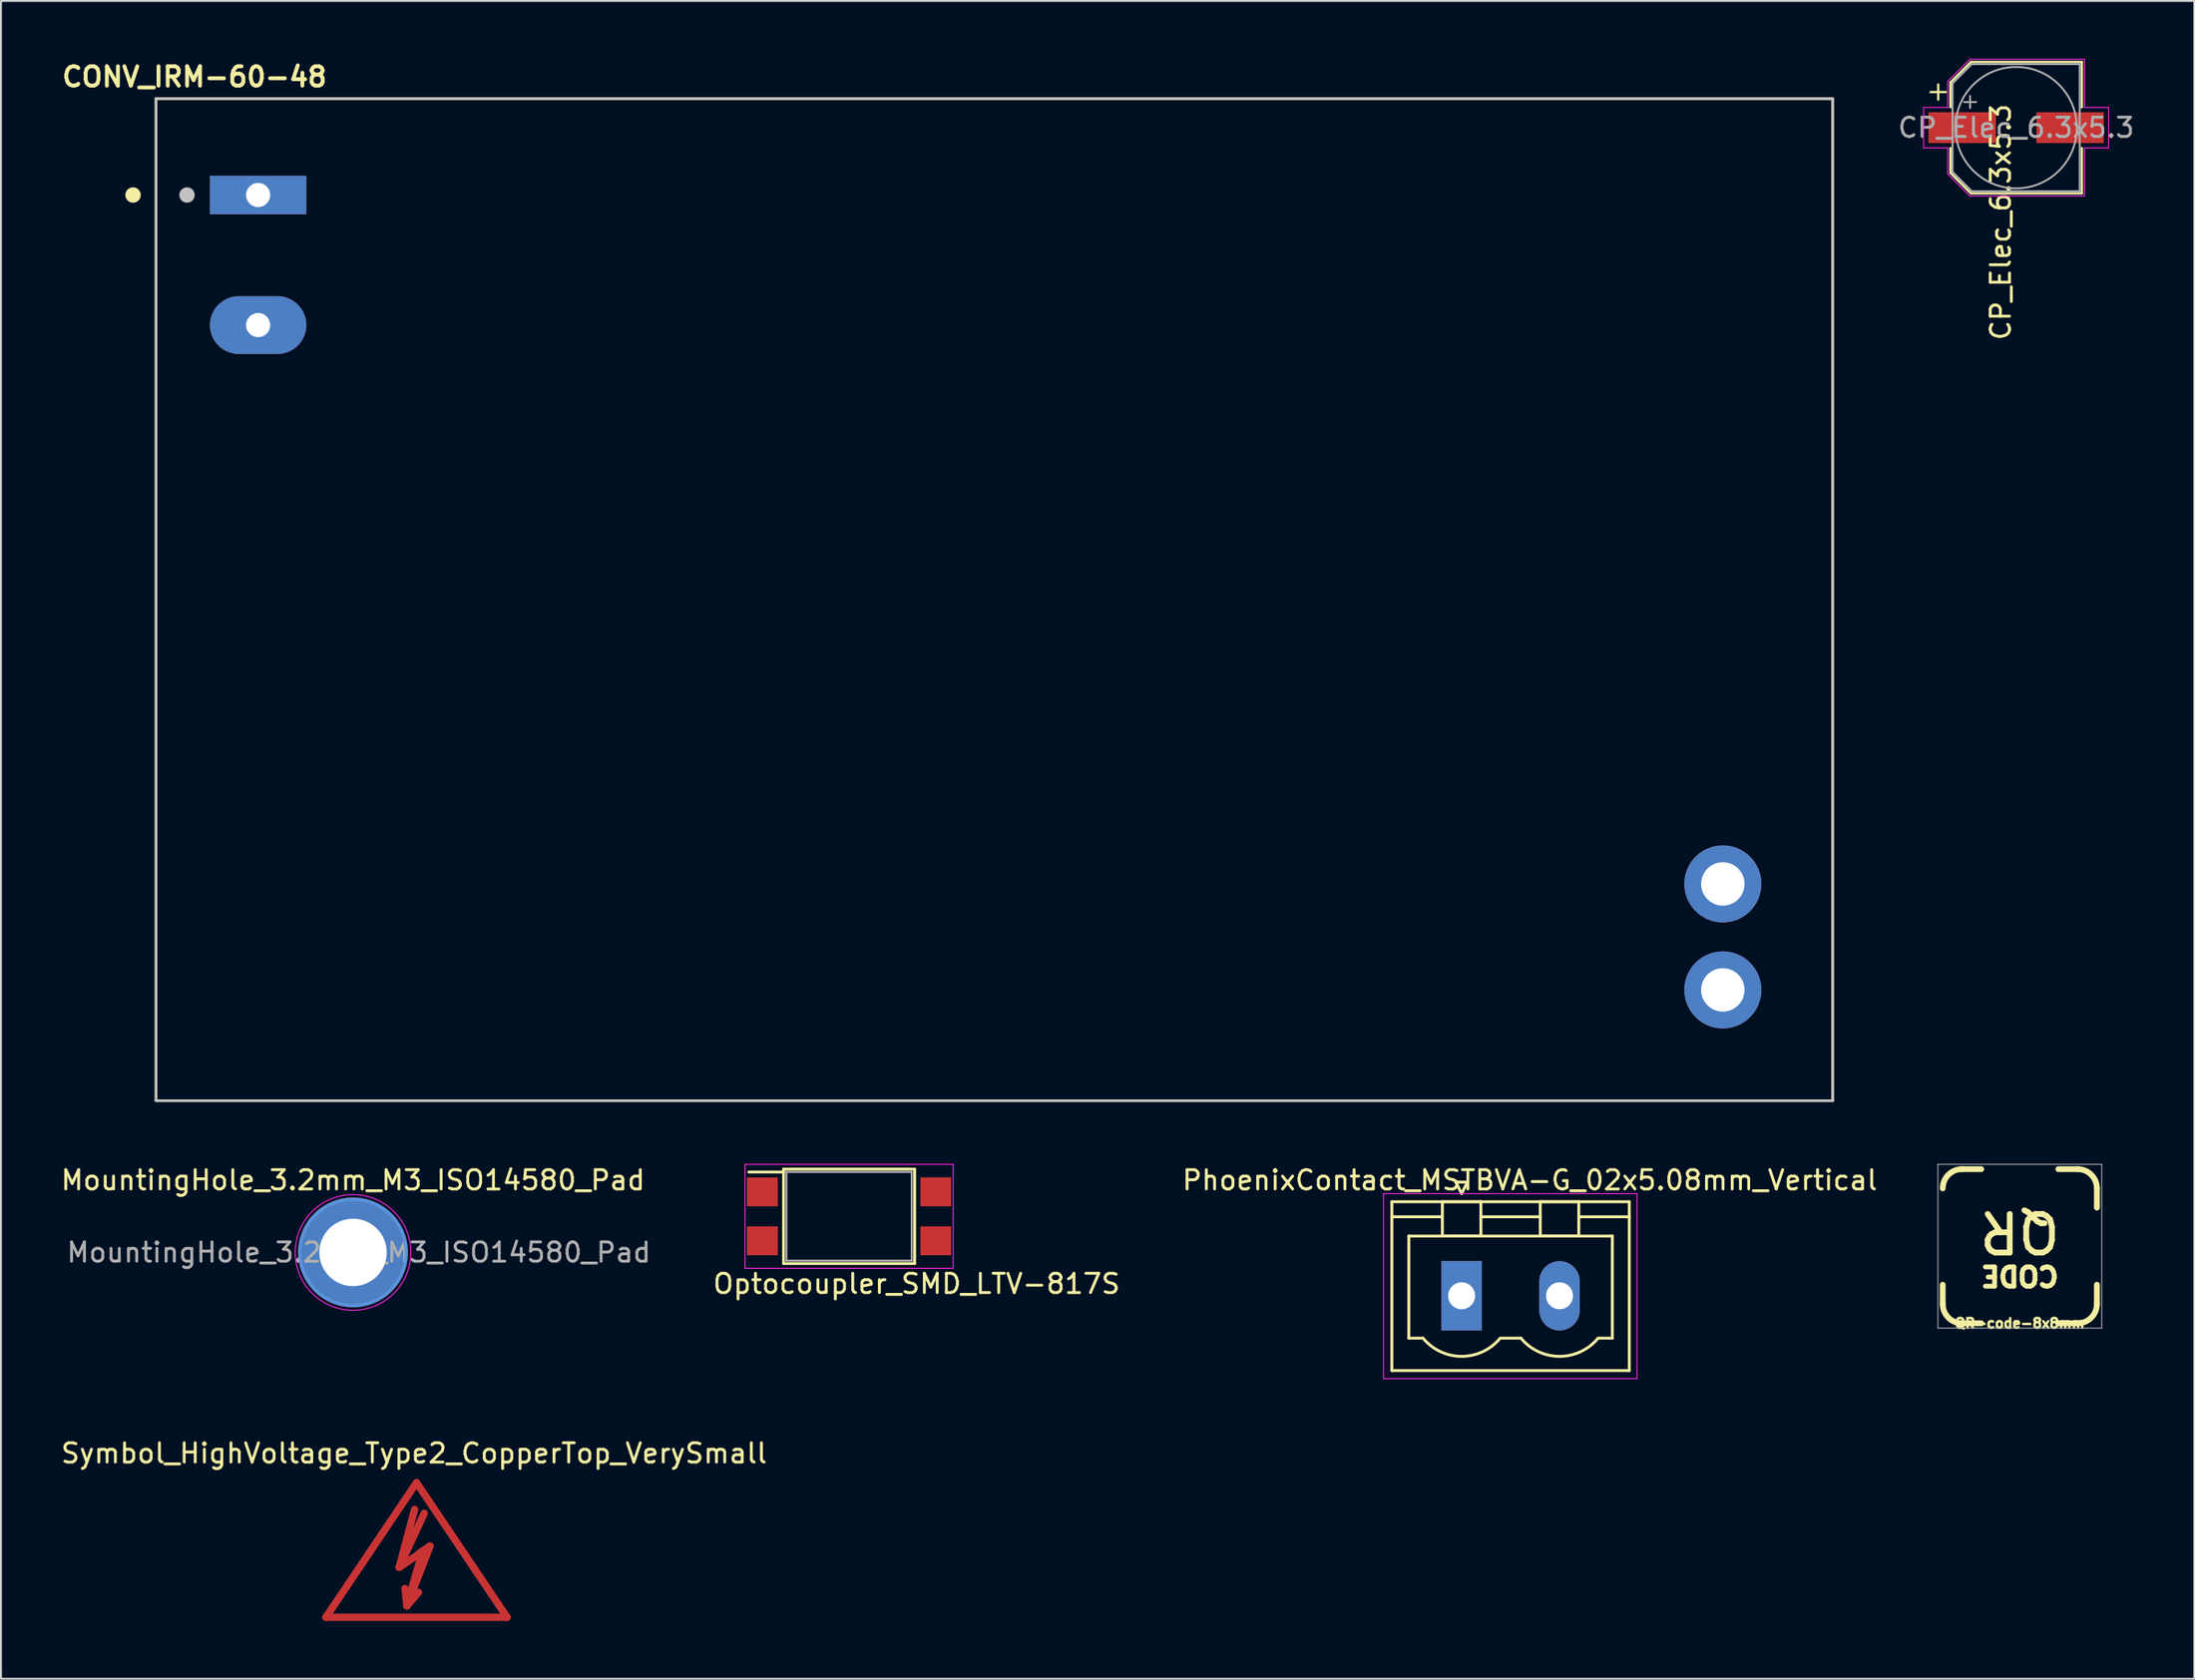
<source format=kicad_pcb>
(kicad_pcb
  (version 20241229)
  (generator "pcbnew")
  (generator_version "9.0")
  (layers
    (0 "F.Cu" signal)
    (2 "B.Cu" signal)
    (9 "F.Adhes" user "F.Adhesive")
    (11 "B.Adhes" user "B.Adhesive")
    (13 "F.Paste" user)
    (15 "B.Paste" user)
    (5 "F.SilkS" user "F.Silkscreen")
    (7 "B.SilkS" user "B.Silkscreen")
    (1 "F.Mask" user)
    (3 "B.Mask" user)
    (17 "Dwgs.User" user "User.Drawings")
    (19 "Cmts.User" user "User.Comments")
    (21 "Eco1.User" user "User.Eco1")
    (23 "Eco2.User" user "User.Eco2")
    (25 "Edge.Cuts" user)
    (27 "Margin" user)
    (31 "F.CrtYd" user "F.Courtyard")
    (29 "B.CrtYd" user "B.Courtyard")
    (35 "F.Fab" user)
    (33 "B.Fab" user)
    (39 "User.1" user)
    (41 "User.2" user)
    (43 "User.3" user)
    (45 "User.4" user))
  (footprint "Symbol_HighVoltage_Type2_CopperTop_VerySmall"
    (layer "F.Cu")
    (at 18.562 78.082)
    (property "Reference" "Symbol_HighVoltage_Type2_CopperTop_VerySmall" (at -0.127 -5.715 0) (layer "F.SilkS") (effects (font (size 1 1) (thickness 0.15))))
    (attr exclude_from_pos_files exclude_from_bom)
    (fp_line (start -4.699 2.794) (end 0 -4.191) (stroke (width 0.381) (type solid)) (layer "F.Cu"))
    (fp_line (start -0.899 0.201) (end 0.3 -0.599) (stroke (width 0.381) (type solid)) (layer "F.Cu"))
    (fp_line (start -0.899 0.201) (end 0.401 -2.601) (stroke (width 0.381) (type solid)) (layer "F.Cu"))
    (fp_line (start -0.498 2.2) (end -0.599 1.3) (stroke (width 0.381) (type solid)) (layer "F.Cu"))
    (fp_line (start -0.498 2.2) (end 0.102 1.501) (stroke (width 0.381) (type solid)) (layer "F.Cu"))
    (fp_line (start -0.498 2.2) (end 0.701 -0.899) (stroke (width 0.381) (type solid)) (layer "F.Cu"))
    (fp_line (start -0.099 -2.799) (end -0.899 0.201) (stroke (width 0.381) (type solid)) (layer "F.Cu"))
    (fp_line (start 0 -4.191) (end 4.699 2.794) (stroke (width 0.381) (type solid)) (layer "F.Cu"))
    (fp_line (start 0.3 -0.599) (end -0.498 2.2) (stroke (width 0.381) (type solid)) (layer "F.Cu"))
    (fp_line (start 0.701 -0.899) (end 0.102 -0.5) (stroke (width 0.381) (type solid)) (layer "F.Cu"))
    (fp_line (start 4.699 2.794) (end -4.699 2.794) (stroke (width 0.381) (type solid)) (layer "F.Cu")))
  (footprint "CONV_IRM-60-48"
    (layer "F.Cu")
    (at 48.544 28.07)
    (property "Reference" "CONV_IRM-60-48" (at -41.503 -27.131 0) (layer "F.SilkS") (effects (font (size 1.005 1.005) (thickness 0.2))))
    (attr through_hole)
    (fp_line (start -43.5 -26) (end 43.5 -26) (stroke (width 0.127) (type solid)) (layer "F.SilkS"))
    (fp_line (start -43.5 26) (end -43.5 -26) (stroke (width 0.127) (type solid)) (layer "F.SilkS"))
    (fp_line (start 43.5 -26) (end 43.5 26) (stroke (width 0.127) (type solid)) (layer "F.SilkS"))
    (fp_line (start 43.5 26) (end -43.5 26) (stroke (width 0.127) (type solid)) (layer "F.SilkS"))
    (fp_circle (center -44.69 -21) (end -44.49 -21) (stroke (width 0.4) (type solid)) (fill no) (layer "F.SilkS"))
    (fp_line (start -43.5 -26) (end 43.5 -26) (stroke (width 0.127) (type solid)) (layer "Dwgs.User"))
    (fp_line (start -43.5 26) (end -43.5 -26) (stroke (width 0.127) (type solid)) (layer "Dwgs.User"))
    (fp_line (start 43.5 -26) (end 43.5 26) (stroke (width 0.127) (type solid)) (layer "Dwgs.User"))
    (fp_line (start 43.5 26) (end -43.5 26) (stroke (width 0.127) (type solid)) (layer "Dwgs.User"))
    (fp_circle (center -41.89 -21) (end -41.69 -21) (stroke (width 0.4) (type solid)) (fill no) (layer "Dwgs.User"))
    (fp_line (start -43.75 -26.25) (end 43.75 -26.25) (stroke (width 0.05) (type solid)) (layer "Eco1.User"))
    (fp_line (start -43.75 26.25) (end -43.75 -26.25) (stroke (width 0.05) (type solid)) (layer "Eco1.User"))
    (fp_line (start 43.75 -26.25) (end 43.75 26.25) (stroke (width 0.05) (type solid)) (layer "Eco1.User"))
    (fp_line (start 43.75 26.25) (end -43.75 26.25) (stroke (width 0.05) (type solid)) (layer "Eco1.User"))
    (pad "+V" thru_hole circle (at 37.8 20.25) (size 4 4) (drill 2.254) (layers "*.Cu" "*.Mask"))
    (pad "AC/L" thru_hole rect (at -38.2 -21) (size 5 2) (drill 1.254) (layers "*.Cu" "*.Mask"))
    (pad "AC/N" thru_hole oval (at -38.2 -14.25) (size 5 3) (drill 1.254) (layers "*.Cu" "*.Mask"))
    (pad "V" thru_hole circle (at 37.8 14.75) (size 4 4) (drill 2.254) (layers "*.Cu" "*.Mask")))
  (footprint "QR-code-8x8mm"
    (layer "F.Cu")
    (at 101.754 61.62)
    (property "Reference" "QR-code-8x8mm" (at 0 4 0) (layer "F.SilkS") (effects (font (size 0.5 0.5) (thickness 0.125))))
    (attr exclude_from_pos_files exclude_from_bom)
    (fp_line (start -4 3) (end -4 2) (stroke (width 0.3) (type solid)) (layer "F.SilkS"))
    (fp_line (start -3 -4) (end -2 -4) (stroke (width 0.3) (type solid)) (layer "F.SilkS"))
    (fp_line (start -3 4) (end -2 4) (stroke (width 0.3) (type solid)) (layer "F.SilkS"))
    (fp_line (start 2 -4) (end 3 -4) (stroke (width 0.3) (type solid)) (layer "F.SilkS"))
    (fp_line (start 3 4) (end 2 4) (stroke (width 0.3) (type solid)) (layer "F.SilkS"))
    (fp_line (start 4 -3) (end 4 -2) (stroke (width 0.3) (type solid)) (layer "F.SilkS"))
    (fp_line (start 4 3) (end 4 2) (stroke (width 0.3) (type solid)) (layer "F.SilkS"))
    (fp_arc (start -4 -3) (mid -3.707107 -3.707107) (end -3 -4) (stroke (width 0.3) (type solid)) (layer "F.SilkS"))
    (fp_arc (start -3 4) (mid -3.707107 3.707107) (end -4 3) (stroke (width 0.3) (type solid)) (layer "F.SilkS"))
    (fp_arc (start 3 -4) (mid 3.707107 -3.707107) (end 4 -3) (stroke (width 0.3) (type solid)) (layer "F.SilkS"))
    (fp_arc (start 4 3) (mid 3.707107 3.707107) (end 3 4) (stroke (width 0.3) (type solid)) (layer "F.SilkS"))
    (fp_line (start -4.25 -4.25) (end 4.25 -4.25) (stroke (width 0.05) (type solid)) (layer "F.Fab"))
    (fp_line (start -4.25 4.25) (end -4.25 -4.25) (stroke (width 0.05) (type solid)) (layer "F.Fab"))
    (fp_line (start 4.25 -4.25) (end 4.25 4.25) (stroke (width 0.05) (type solid)) (layer "F.Fab"))
    (fp_line (start 4.25 4.25) (end -4.25 4.25) (stroke (width 0.05) (type solid)) (layer "F.Fab"))
    (fp_text user "CODE" (at 0 1.524 180) (unlocked yes) (layer "F.SilkS") (effects (font (size 1 1) (thickness 0.25))))
    (fp_text user "QR" (at 0 -0.762 180) (unlocked yes) (layer "F.SilkS") (effects (font (size 2 2) (thickness 0.3)))))
  (footprint "Optocoupler_SMD_LTV-817S"
    (layer "F.Cu")
    (at 41.008 60.07)
    (property "Reference" "Optocoupler_SMD_LTV-817S" (at 3.5 3.5 0) (layer "F.SilkS") (effects (font (size 1 1) (thickness 0.15))))
    (attr smd)
    (fp_line (start -3.4 -2.3) (end -5.2 -2.3) (stroke (width 0.15) (type solid)) (layer "F.SilkS"))
    (fp_line (start -3.4 2.45) (end -3.4 -2.45) (stroke (width 0.15) (type solid)) (layer "F.SilkS"))
    (fp_line (start 3.4 -2.45) (end -3.4 -2.45) (stroke (width 0.15) (type solid)) (layer "F.SilkS"))
    (fp_line (start 3.4 -2.45) (end 3.4 2.45) (stroke (width 0.15) (type solid)) (layer "F.SilkS"))
    (fp_line (start 3.4 2.45) (end -3.4 2.45) (stroke (width 0.15) (type solid)) (layer "F.SilkS"))
    (fp_line (start -5.4 -2.7) (end -5.4 2.7) (stroke (width 0.05) (type solid)) (layer "F.CrtYd"))
    (fp_line (start -5.4 2.7) (end 5.4 2.7) (stroke (width 0.05) (type solid)) (layer "F.CrtYd"))
    (fp_line (start 5.4 -2.7) (end -5.4 -2.7) (stroke (width 0.05) (type solid)) (layer "F.CrtYd"))
    (fp_line (start 5.4 2.7) (end 5.4 -2.7) (stroke (width 0.05) (type solid)) (layer "F.CrtYd"))
    (fp_line (start -3.25 -2.3) (end 3.25 -2.3) (stroke (width 0.1) (type solid)) (layer "F.Fab"))
    (fp_line (start -3.25 2.3) (end -3.25 -2.3) (stroke (width 0.1) (type solid)) (layer "F.Fab"))
    (fp_line (start 3.25 -2.3) (end 3.25 2.3) (stroke (width 0.1) (type solid)) (layer "F.Fab"))
    (fp_line (start 3.25 2.3) (end -3.25 2.3) (stroke (width 0.1) (type solid)) (layer "F.Fab"))
    (pad "1" smd rect (at -4.5 -1.27) (size 1.6 1.5) (layers "F.Cu" "F.Mask" "F.Paste"))
    (pad "2" smd rect (at -4.5 1.27) (size 1.6 1.5) (layers "F.Cu" "F.Mask" "F.Paste"))
    (pad "3" smd rect (at 4.5 1.27) (size 1.6 1.5) (layers "F.Cu" "F.Mask" "F.Paste"))
    (pad "4" smd rect (at 4.5 -1.27) (size 1.6 1.5) (layers "F.Cu" "F.Mask" "F.Paste")))
  (footprint "PhoenixContact_MSTBVA-G_02x5.08mm_Vertical"
    (layer "F.Cu")
    (at 72.79 64.193)
    (property "Reference" "PhoenixContact_MSTBVA-G_02x5.08mm_Vertical" (at 3.54 -6 0) (layer "F.SilkS") (effects (font (size 1 1) (thickness 0.15))))
    (attr through_hole)
    (fp_line (start -3.62 -4.88) (end -3.62 3.88) (stroke (width 0.15) (type solid)) (layer "F.SilkS"))
    (fp_line (start -3.62 -4.1) (end -1.08 -4.1) (stroke (width 0.15) (type solid)) (layer "F.SilkS"))
    (fp_line (start -3.62 3.88) (end 8.7 3.88) (stroke (width 0.15) (type solid)) (layer "F.SilkS"))
    (fp_line (start -2.74 -3.1) (end 7.82 -3.1) (stroke (width 0.15) (type solid)) (layer "F.SilkS"))
    (fp_line (start -2.74 2.2) (end -2.74 -3.1) (stroke (width 0.15) (type solid)) (layer "F.SilkS"))
    (fp_line (start -2 2.2) (end -2.74 2.2) (stroke (width 0.15) (type solid)) (layer "F.SilkS"))
    (fp_line (start -1 -4.88) (end 1 -4.88) (stroke (width 0.15) (type solid)) (layer "F.SilkS"))
    (fp_line (start -1 -3.1) (end -1 -4.88) (stroke (width 0.15) (type solid)) (layer "F.SilkS"))
    (fp_line (start -0.3 -5.9) (end 0 -5.3) (stroke (width 0.15) (type solid)) (layer "F.SilkS"))
    (fp_line (start 0 -5.3) (end 0.3 -5.9) (stroke (width 0.15) (type solid)) (layer "F.SilkS"))
    (fp_line (start 0.3 -5.9) (end -0.3 -5.9) (stroke (width 0.15) (type solid)) (layer "F.SilkS"))
    (fp_line (start 1 -4.88) (end 1 -3.1) (stroke (width 0.15) (type solid)) (layer "F.SilkS"))
    (fp_line (start 1 -4.1) (end 4.08 -4.1) (stroke (width 0.15) (type solid)) (layer "F.SilkS"))
    (fp_line (start 1 -3.1) (end -1 -3.1) (stroke (width 0.15) (type solid)) (layer "F.SilkS"))
    (fp_line (start 2 2.2) (end 3.08 2.2) (stroke (width 0.15) (type solid)) (layer "F.SilkS"))
    (fp_line (start 4.08 -4.88) (end 6.08 -4.88) (stroke (width 0.15) (type solid)) (layer "F.SilkS"))
    (fp_line (start 4.08 -3.1) (end 4.08 -4.88) (stroke (width 0.15) (type solid)) (layer "F.SilkS"))
    (fp_line (start 6.08 -4.88) (end 6.08 -3.1) (stroke (width 0.15) (type solid)) (layer "F.SilkS"))
    (fp_line (start 6.08 -3.1) (end 4.08 -3.1) (stroke (width 0.15) (type solid)) (layer "F.SilkS"))
    (fp_line (start 7.82 -3.1) (end 7.82 2.2) (stroke (width 0.15) (type solid)) (layer "F.SilkS"))
    (fp_line (start 7.82 2.2) (end 7.08 2.2) (stroke (width 0.15) (type solid)) (layer "F.SilkS"))
    (fp_line (start 8.7 -4.88) (end -3.62 -4.88) (stroke (width 0.15) (type solid)) (layer "F.SilkS"))
    (fp_line (start 8.7 -4.1) (end 6.16 -4.1) (stroke (width 0.15) (type solid)) (layer "F.SilkS"))
    (fp_line (start 8.7 3.88) (end 8.7 -4.88) (stroke (width 0.15) (type solid)) (layer "F.SilkS"))
    (fp_arc (start 1.986842 2.215821) (mid -0.010289 3.142758) (end -2 2.2) (stroke (width 0.15) (type solid)) (layer "F.SilkS"))
    (fp_arc (start 7.066842 2.215821) (mid 5.069711 3.142758) (end 3.08 2.2) (stroke (width 0.15) (type solid)) (layer "F.SilkS"))
    (fp_line (start -4.05 -5.3) (end -4.05 4.3) (stroke (width 0.05) (type solid)) (layer "F.CrtYd"))
    (fp_line (start -4.05 4.3) (end 9.1 4.3) (stroke (width 0.05) (type solid)) (layer "F.CrtYd"))
    (fp_line (start 9.1 -5.3) (end -4.05 -5.3) (stroke (width 0.05) (type solid)) (layer "F.CrtYd"))
    (fp_line (start 9.1 4.3) (end 9.1 -5.3) (stroke (width 0.05) (type solid)) (layer "F.CrtYd"))
    (pad "1" thru_hole rect (at 0 0) (size 2.1 3.6) (drill 1.4) (layers "*.Cu" "*.Mask"))
    (pad "2" thru_hole oval (at 5.08 0) (size 2.1 3.6) (drill 1.4) (layers "*.Cu" "*.Mask")))
  (footprint "CP_Elec_6.3x5.3"
    (layer "F.Cu")
    (at 101.563 3.575)
    (property "Reference" "CP_Elec_6.3x5.3" (at -0.8 4.9 270) (layer "F.SilkS") (effects (font (size 1 1) (thickness 0.15))))
    (attr smd)
    (fp_line (start -4.438 -1.847) (end -3.65 -1.847) (stroke (width 0.12) (type solid)) (layer "F.SilkS"))
    (fp_line (start -4.044 -2.241) (end -4.044 -1.454) (stroke (width 0.12) (type solid)) (layer "F.SilkS"))
    (fp_line (start -3.41 -2.346) (end -3.41 -1.06) (stroke (width 0.12) (type solid)) (layer "F.SilkS"))
    (fp_line (start -3.41 -2.346) (end -2.346 -3.41) (stroke (width 0.12) (type solid)) (layer "F.SilkS"))
    (fp_line (start -3.41 2.346) (end -3.41 1.06) (stroke (width 0.12) (type solid)) (layer "F.SilkS"))
    (fp_line (start -3.41 2.346) (end -2.346 3.41) (stroke (width 0.12) (type solid)) (layer "F.SilkS"))
    (fp_line (start -2.346 -3.41) (end 3.41 -3.41) (stroke (width 0.12) (type solid)) (layer "F.SilkS"))
    (fp_line (start -2.346 3.41) (end 3.41 3.41) (stroke (width 0.12) (type solid)) (layer "F.SilkS"))
    (fp_line (start 3.41 -3.41) (end 3.41 -1.06) (stroke (width 0.12) (type solid)) (layer "F.SilkS"))
    (fp_line (start 3.41 3.41) (end 3.41 1.06) (stroke (width 0.12) (type solid)) (layer "F.SilkS"))
    (fp_line (start -4.8 -1.05) (end -4.8 1.05) (stroke (width 0.05) (type solid)) (layer "F.CrtYd"))
    (fp_line (start -4.8 1.05) (end -3.55 1.05) (stroke (width 0.05) (type solid)) (layer "F.CrtYd"))
    (fp_line (start -3.55 -2.4) (end -3.55 -1.05) (stroke (width 0.05) (type solid)) (layer "F.CrtYd"))
    (fp_line (start -3.55 -2.4) (end -2.4 -3.55) (stroke (width 0.05) (type solid)) (layer "F.CrtYd"))
    (fp_line (start -3.55 -1.05) (end -4.8 -1.05) (stroke (width 0.05) (type solid)) (layer "F.CrtYd"))
    (fp_line (start -3.55 1.05) (end -3.55 2.4) (stroke (width 0.05) (type solid)) (layer "F.CrtYd"))
    (fp_line (start -3.55 2.4) (end -2.4 3.55) (stroke (width 0.05) (type solid)) (layer "F.CrtYd"))
    (fp_line (start -2.4 -3.55) (end 3.55 -3.55) (stroke (width 0.05) (type solid)) (layer "F.CrtYd"))
    (fp_line (start -2.4 3.55) (end 3.55 3.55) (stroke (width 0.05) (type solid)) (layer "F.CrtYd"))
    (fp_line (start 3.55 -3.55) (end 3.55 -1.05) (stroke (width 0.05) (type solid)) (layer "F.CrtYd"))
    (fp_line (start 3.55 -1.05) (end 4.8 -1.05) (stroke (width 0.05) (type solid)) (layer "F.CrtYd"))
    (fp_line (start 3.55 1.05) (end 3.55 3.55) (stroke (width 0.05) (type solid)) (layer "F.CrtYd"))
    (fp_line (start 4.8 -1.05) (end 4.8 1.05) (stroke (width 0.05) (type solid)) (layer "F.CrtYd"))
    (fp_line (start 4.8 1.05) (end 3.55 1.05) (stroke (width 0.05) (type solid)) (layer "F.CrtYd"))
    (fp_line (start -3.3 -2.3) (end -3.3 2.3) (stroke (width 0.1) (type solid)) (layer "F.Fab"))
    (fp_line (start -3.3 -2.3) (end -2.3 -3.3) (stroke (width 0.1) (type solid)) (layer "F.Fab"))
    (fp_line (start -3.3 2.3) (end -2.3 3.3) (stroke (width 0.1) (type solid)) (layer "F.Fab"))
    (fp_line (start -2.705 -1.33) (end -2.075 -1.33) (stroke (width 0.1) (type solid)) (layer "F.Fab"))
    (fp_line (start -2.39 -1.645) (end -2.39 -1.015) (stroke (width 0.1) (type solid)) (layer "F.Fab"))
    (fp_line (start -2.3 -3.3) (end 3.3 -3.3) (stroke (width 0.1) (type solid)) (layer "F.Fab"))
    (fp_line (start -2.3 3.3) (end 3.3 3.3) (stroke (width 0.1) (type solid)) (layer "F.Fab"))
    (fp_line (start 3.3 -3.3) (end 3.3 3.3) (stroke (width 0.1) (type solid)) (layer "F.Fab"))
    (fp_circle (center 0 0) (end 3.15 0) (stroke (width 0.1) (type solid)) (fill no) (layer "F.Fab"))
    (fp_text user "${REFERENCE}" (at 0 0 0) (layer "F.Fab") (effects (font (size 1 1) (thickness 0.15))))
    (pad "1" smd rect (at -2.8 0) (size 3.5 1.6) (layers "F.Cu" "F.Mask" "F.Paste"))
    (pad "2" smd rect (at 2.8 0) (size 3.5 1.6) (layers "F.Cu" "F.Mask" "F.Paste")))
  (footprint "MountingHole_3.2mm_M3_ISO14580_Pad"
    (layer "F.Cu")
    (at 15.268 61.943)
    (property "Reference" "MountingHole_3.2mm_M3_ISO14580_Pad" (at 0 -3.75 0) (layer "F.SilkS") (effects (font (size 1 1) (thickness 0.15))))
    (attr exclude_from_pos_files exclude_from_bom)
    (fp_circle (center 0 0) (end 2.75 0) (stroke (width 0.15) (type solid)) (fill no) (layer "Cmts.User"))
    (fp_circle (center 0 0) (end 3 0) (stroke (width 0.05) (type solid)) (fill no) (layer "F.CrtYd"))
    (fp_text user "${REFERENCE}" (at 0.3 0 0) (layer "F.Fab") (effects (font (size 1 1) (thickness 0.15))))
    (pad "1" thru_hole circle (at 0 0) (size 5.7 5.7) (drill 3.5) (layers "*.Cu" "*.Mask")))
  (gr_rect
    (start -3 -3)
    (end 110.807 84.066)
    (stroke (width 0.1) (type default))
    (fill no)
    (layer "Edge.Cuts")))
</source>
